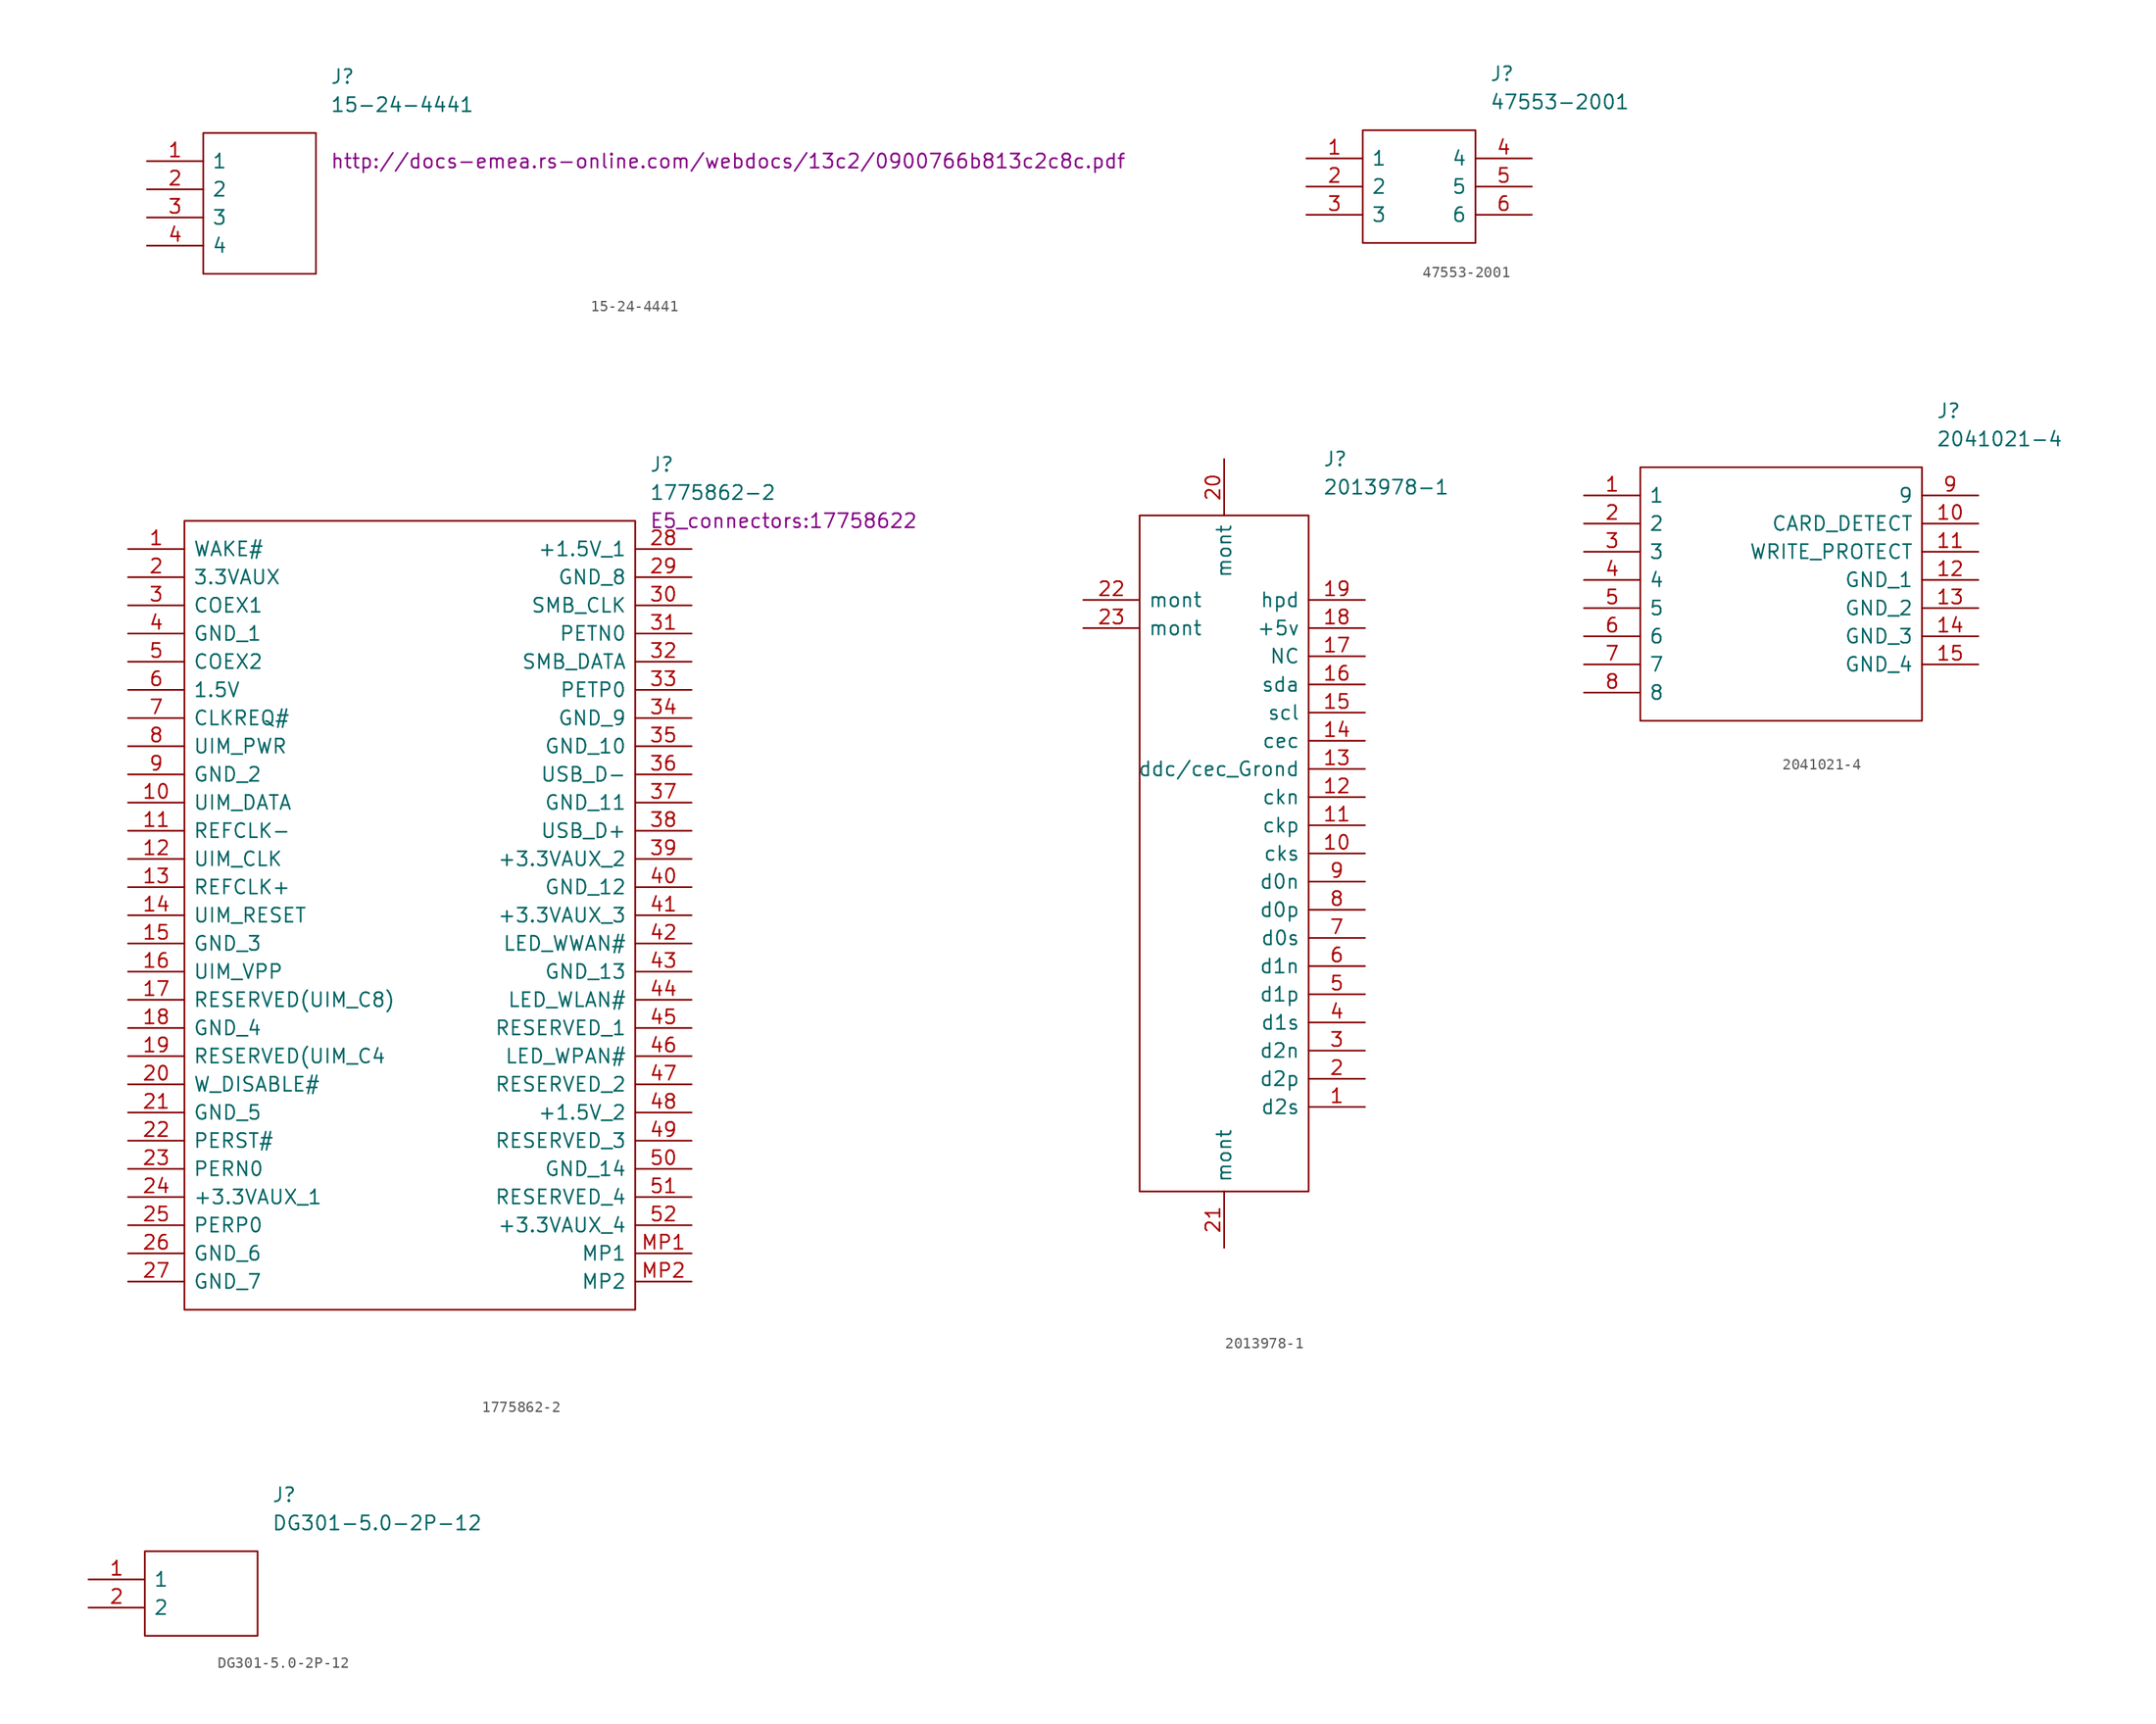
<source format=kicad_sym>
(kicad_symbol_lib
  (version 20211014)
  (generator kicad_symbol_editor)
  (symbol "15-24-4441"
    (pin_names
      (offset 0.762))
    (property "Reference" "J"
      (at 16.51 7.62 0)
      (effects (font (size 1.27 1.27)) (justify left)))
    (property "Value" "15-24-4441"
      (at 16.51 5.08 0)
      (effects (font (size 1.27 1.27)) (justify left)))
    (property "Datasheet" "http://docs-emea.rs-online.com/webdocs/13c2/0900766b813c2c8c.pdf"
      (at 16.51 0 0)
      (effects (font (size 1.27 1.27)) (justify left)))
    (symbol "15-24-4441_0_0"
      (pin passive line (at 0 0 0) (length 5.08) (name "1" (effects (font (size 1.27 1.27)))) (number "1" (effects (font (size 1.27 1.27)))))
      (pin passive line (at 0 -2.54 0) (length 5.08) (name "2" (effects (font (size 1.27 1.27)))) (number "2" (effects (font (size 1.27 1.27)))))
      (pin passive line (at 0 -5.08 0) (length 5.08) (name "3" (effects (font (size 1.27 1.27)))) (number "3" (effects (font (size 1.27 1.27)))))
      (pin passive line (at 0 -7.62 0) (length 5.08) (name "4" (effects (font (size 1.27 1.27)))) (number "4" (effects (font (size 1.27 1.27))))))
    (symbol "15-24-4441_0_1"
      (polyline (pts (xy 5.08 2.54) (xy 15.24 2.54) (xy 15.24 -10.16) (xy 5.08 -10.16) (xy 5.08 2.54)) (stroke (width 0.152) (type default) (color 0 0 0 0)) (fill (type none)))))
  (symbol "47553-2001"
    (pin_names
      (offset 0.762))
    (property "Reference" "J"
      (at 16.51 7.62 0)
      (effects (font (size 1.27 1.27)) (justify left)))
    (property "Value" "47553-2001"
      (at 16.51 5.08 0)
      (effects (font (size 1.27 1.27)) (justify left)))
    (symbol "47553-2001_0_0"
      (pin unspecified line (at 0 0 0) (length 5.08) (name "1" (effects (font (size 1.27 1.27)))) (number "1" (effects (font (size 1.27 1.27)))))
      (pin unspecified line (at 0 -2.54 0) (length 5.08) (name "2" (effects (font (size 1.27 1.27)))) (number "2" (effects (font (size 1.27 1.27)))))
      (pin unspecified line (at 0 -5.08 0) (length 5.08) (name "3" (effects (font (size 1.27 1.27)))) (number "3" (effects (font (size 1.27 1.27)))))
      (pin unspecified line (at 20.32 0 180) (length 5.08) (name "4" (effects (font (size 1.27 1.27)))) (number "4" (effects (font (size 1.27 1.27)))))
      (pin unspecified line (at 20.32 -2.54 180) (length 5.08) (name "5" (effects (font (size 1.27 1.27)))) (number "5" (effects (font (size 1.27 1.27)))))
      (pin unspecified line (at 20.32 -5.08 180) (length 5.08) (name "6" (effects (font (size 1.27 1.27)))) (number "6" (effects (font (size 1.27 1.27))))))
    (symbol "47553-2001_0_1"
      (polyline (pts (xy 5.08 2.54) (xy 15.24 2.54) (xy 15.24 -7.62) (xy 5.08 -7.62) (xy 5.08 2.54)) (stroke (width 0.152) (type default) (color 0 0 0 0)) (fill (type none)))))
  (symbol "1775862-2"
    (pin_names
      (offset 0.762))
    (property "Reference" "J"
      (at 46.99 7.62 0)
      (effects (font (size 1.27 1.27)) (justify left)))
    (property "Value" "1775862-2"
      (at 46.99 5.08 0)
      (effects (font (size 1.27 1.27)) (justify left)))
    (property "Footprint" "E5_connectors:17758622"
      (at 46.99 2.54 0)
      (effects (font (size 1.27 1.27)) (justify left)))
    (symbol "1775862-2_0_0"
      (pin unspecified line (at 0 0 0) (length 5.08) (name "WAKE#" (effects (font (size 1.27 1.27)))) (number "1" (effects (font (size 1.27 1.27)))))
      (pin unspecified line (at 0 -22.86 0) (length 5.08) (name "UIM_DATA" (effects (font (size 1.27 1.27)))) (number "10" (effects (font (size 1.27 1.27)))))
      (pin unspecified line (at 0 -25.4 0) (length 5.08) (name "REFCLK-" (effects (font (size 1.27 1.27)))) (number "11" (effects (font (size 1.27 1.27)))))
      (pin unspecified line (at 0 -27.94 0) (length 5.08) (name "UIM_CLK" (effects (font (size 1.27 1.27)))) (number "12" (effects (font (size 1.27 1.27)))))
      (pin unspecified line (at 0 -30.48 0) (length 5.08) (name "REFCLK+" (effects (font (size 1.27 1.27)))) (number "13" (effects (font (size 1.27 1.27)))))
      (pin unspecified line (at 0 -33.02 0) (length 5.08) (name "UIM_RESET" (effects (font (size 1.27 1.27)))) (number "14" (effects (font (size 1.27 1.27)))))
      (pin unspecified line (at 0 -35.56 0) (length 5.08) (name "GND_3" (effects (font (size 1.27 1.27)))) (number "15" (effects (font (size 1.27 1.27)))))
      (pin unspecified line (at 0 -38.1 0) (length 5.08) (name "UIM_VPP" (effects (font (size 1.27 1.27)))) (number "16" (effects (font (size 1.27 1.27)))))
      (pin unspecified line (at 0 -40.64 0) (length 5.08) (name "RESERVED(UIM_C8)" (effects (font (size 1.27 1.27)))) (number "17" (effects (font (size 1.27 1.27)))))
      (pin unspecified line (at 0 -43.18 0) (length 5.08) (name "GND_4" (effects (font (size 1.27 1.27)))) (number "18" (effects (font (size 1.27 1.27)))))
      (pin unspecified line (at 0 -45.72 0) (length 5.08) (name "RESERVED(UIM_C4" (effects (font (size 1.27 1.27)))) (number "19" (effects (font (size 1.27 1.27)))))
      (pin unspecified line (at 0 -2.54 0) (length 5.08) (name "3.3VAUX" (effects (font (size 1.27 1.27)))) (number "2" (effects (font (size 1.27 1.27)))))
      (pin unspecified line (at 0 -48.26 0) (length 5.08) (name "W_DISABLE#" (effects (font (size 1.27 1.27)))) (number "20" (effects (font (size 1.27 1.27)))))
      (pin unspecified line (at 0 -50.8 0) (length 5.08) (name "GND_5" (effects (font (size 1.27 1.27)))) (number "21" (effects (font (size 1.27 1.27)))))
      (pin unspecified line (at 0 -53.34 0) (length 5.08) (name "PERST#" (effects (font (size 1.27 1.27)))) (number "22" (effects (font (size 1.27 1.27)))))
      (pin unspecified line (at 0 -55.88 0) (length 5.08) (name "PERN0" (effects (font (size 1.27 1.27)))) (number "23" (effects (font (size 1.27 1.27)))))
      (pin unspecified line (at 0 -58.42 0) (length 5.08) (name "+3.3VAUX_1" (effects (font (size 1.27 1.27)))) (number "24" (effects (font (size 1.27 1.27)))))
      (pin unspecified line (at 0 -60.96 0) (length 5.08) (name "PERP0" (effects (font (size 1.27 1.27)))) (number "25" (effects (font (size 1.27 1.27)))))
      (pin unspecified line (at 0 -63.5 0) (length 5.08) (name "GND_6" (effects (font (size 1.27 1.27)))) (number "26" (effects (font (size 1.27 1.27)))))
      (pin unspecified line (at 0 -66.04 0) (length 5.08) (name "GND_7" (effects (font (size 1.27 1.27)))) (number "27" (effects (font (size 1.27 1.27)))))
      (pin unspecified line (at 50.8 0 180) (length 5.08) (name "+1.5V_1" (effects (font (size 1.27 1.27)))) (number "28" (effects (font (size 1.27 1.27)))))
      (pin unspecified line (at 50.8 -2.54 180) (length 5.08) (name "GND_8" (effects (font (size 1.27 1.27)))) (number "29" (effects (font (size 1.27 1.27)))))
      (pin unspecified line (at 0 -5.08 0) (length 5.08) (name "COEX1" (effects (font (size 1.27 1.27)))) (number "3" (effects (font (size 1.27 1.27)))))
      (pin unspecified line (at 50.8 -5.08 180) (length 5.08) (name "SMB_CLK" (effects (font (size 1.27 1.27)))) (number "30" (effects (font (size 1.27 1.27)))))
      (pin unspecified line (at 50.8 -7.62 180) (length 5.08) (name "PETN0" (effects (font (size 1.27 1.27)))) (number "31" (effects (font (size 1.27 1.27)))))
      (pin unspecified line (at 50.8 -10.16 180) (length 5.08) (name "SMB_DATA" (effects (font (size 1.27 1.27)))) (number "32" (effects (font (size 1.27 1.27)))))
      (pin unspecified line (at 50.8 -12.7 180) (length 5.08) (name "PETP0" (effects (font (size 1.27 1.27)))) (number "33" (effects (font (size 1.27 1.27)))))
      (pin unspecified line (at 50.8 -15.24 180) (length 5.08) (name "GND_9" (effects (font (size 1.27 1.27)))) (number "34" (effects (font (size 1.27 1.27)))))
      (pin unspecified line (at 50.8 -17.78 180) (length 5.08) (name "GND_10" (effects (font (size 1.27 1.27)))) (number "35" (effects (font (size 1.27 1.27)))))
      (pin unspecified line (at 50.8 -20.32 180) (length 5.08) (name "USB_D-" (effects (font (size 1.27 1.27)))) (number "36" (effects (font (size 1.27 1.27)))))
      (pin unspecified line (at 50.8 -22.86 180) (length 5.08) (name "GND_11" (effects (font (size 1.27 1.27)))) (number "37" (effects (font (size 1.27 1.27)))))
      (pin unspecified line (at 50.8 -25.4 180) (length 5.08) (name "USB_D+" (effects (font (size 1.27 1.27)))) (number "38" (effects (font (size 1.27 1.27)))))
      (pin unspecified line (at 50.8 -27.94 180) (length 5.08) (name "+3.3VAUX_2" (effects (font (size 1.27 1.27)))) (number "39" (effects (font (size 1.27 1.27)))))
      (pin unspecified line (at 0 -7.62 0) (length 5.08) (name "GND_1" (effects (font (size 1.27 1.27)))) (number "4" (effects (font (size 1.27 1.27)))))
      (pin unspecified line (at 50.8 -30.48 180) (length 5.08) (name "GND_12" (effects (font (size 1.27 1.27)))) (number "40" (effects (font (size 1.27 1.27)))))
      (pin unspecified line (at 50.8 -33.02 180) (length 5.08) (name "+3.3VAUX_3" (effects (font (size 1.27 1.27)))) (number "41" (effects (font (size 1.27 1.27)))))
      (pin unspecified line (at 50.8 -35.56 180) (length 5.08) (name "LED_WWAN#" (effects (font (size 1.27 1.27)))) (number "42" (effects (font (size 1.27 1.27)))))
      (pin unspecified line (at 50.8 -38.1 180) (length 5.08) (name "GND_13" (effects (font (size 1.27 1.27)))) (number "43" (effects (font (size 1.27 1.27)))))
      (pin unspecified line (at 50.8 -40.64 180) (length 5.08) (name "LED_WLAN#" (effects (font (size 1.27 1.27)))) (number "44" (effects (font (size 1.27 1.27)))))
      (pin unspecified line (at 50.8 -43.18 180) (length 5.08) (name "RESERVED_1" (effects (font (size 1.27 1.27)))) (number "45" (effects (font (size 1.27 1.27)))))
      (pin unspecified line (at 50.8 -45.72 180) (length 5.08) (name "LED_WPAN#" (effects (font (size 1.27 1.27)))) (number "46" (effects (font (size 1.27 1.27)))))
      (pin unspecified line (at 50.8 -48.26 180) (length 5.08) (name "RESERVED_2" (effects (font (size 1.27 1.27)))) (number "47" (effects (font (size 1.27 1.27)))))
      (pin unspecified line (at 50.8 -50.8 180) (length 5.08) (name "+1.5V_2" (effects (font (size 1.27 1.27)))) (number "48" (effects (font (size 1.27 1.27)))))
      (pin unspecified line (at 50.8 -53.34 180) (length 5.08) (name "RESERVED_3" (effects (font (size 1.27 1.27)))) (number "49" (effects (font (size 1.27 1.27)))))
      (pin unspecified line (at 0 -10.16 0) (length 5.08) (name "COEX2" (effects (font (size 1.27 1.27)))) (number "5" (effects (font (size 1.27 1.27)))))
      (pin unspecified line (at 50.8 -55.88 180) (length 5.08) (name "GND_14" (effects (font (size 1.27 1.27)))) (number "50" (effects (font (size 1.27 1.27)))))
      (pin unspecified line (at 50.8 -58.42 180) (length 5.08) (name "RESERVED_4" (effects (font (size 1.27 1.27)))) (number "51" (effects (font (size 1.27 1.27)))))
      (pin unspecified line (at 50.8 -60.96 180) (length 5.08) (name "+3.3VAUX_4" (effects (font (size 1.27 1.27)))) (number "52" (effects (font (size 1.27 1.27)))))
      (pin unspecified line (at 0 -12.7 0) (length 5.08) (name "1.5V" (effects (font (size 1.27 1.27)))) (number "6" (effects (font (size 1.27 1.27)))))
      (pin unspecified line (at 0 -15.24 0) (length 5.08) (name "CLKREQ#" (effects (font (size 1.27 1.27)))) (number "7" (effects (font (size 1.27 1.27)))))
      (pin unspecified line (at 0 -17.78 0) (length 5.08) (name "UIM_PWR" (effects (font (size 1.27 1.27)))) (number "8" (effects (font (size 1.27 1.27)))))
      (pin unspecified line (at 0 -20.32 0) (length 5.08) (name "GND_2" (effects (font (size 1.27 1.27)))) (number "9" (effects (font (size 1.27 1.27)))))
      (pin unspecified line (at 50.8 -63.5 180) (length 5.08) (name "MP1" (effects (font (size 1.27 1.27)))) (number "MP1" (effects (font (size 1.27 1.27)))))
      (pin unspecified line (at 50.8 -66.04 180) (length 5.08) (name "MP2" (effects (font (size 1.27 1.27)))) (number "MP2" (effects (font (size 1.27 1.27))))))
    (symbol "1775862-2_0_1"
      (polyline (pts (xy 5.08 2.54) (xy 45.72 2.54) (xy 45.72 -68.58) (xy 5.08 -68.58) (xy 5.08 2.54)) (stroke (width 0.152) (type default) (color 0 0 0 0)) (fill (type none)))))
  (symbol "2013978-1"
    (pin_names
      (offset 0.762))
    (property "Reference" "J"
      (at 21.59 12.7 0)
      (effects (font (size 1.27 1.27)) (justify left)))
    (property "Value" "2013978-1"
      (at 21.59 10.16 0)
      (effects (font (size 1.27 1.27)) (justify left)))
    (symbol "2013978-1_0_0"
      (pin passive line (at 25.4 -45.72 180) (length 5.08) (name "d2s" (effects (font (size 1.27 1.27)))) (number "1" (effects (font (size 1.27 1.27)))))
      (pin passive line (at 25.4 -22.86 180) (length 5.08) (name "cks" (effects (font (size 1.27 1.27)))) (number "10" (effects (font (size 1.27 1.27)))))
      (pin passive line (at 25.4 -20.32 180) (length 5.08) (name "ckp" (effects (font (size 1.27 1.27)))) (number "11" (effects (font (size 1.27 1.27)))))
      (pin passive line (at 25.4 -17.78 180) (length 5.08) (name "ckn" (effects (font (size 1.27 1.27)))) (number "12" (effects (font (size 1.27 1.27)))))
      (pin passive line (at 25.4 -15.24 180) (length 5.08) (name "ddc/cec_Grond" (effects (font (size 1.27 1.27)))) (number "13" (effects (font (size 1.27 1.27)))))
      (pin passive line (at 25.4 -12.7 180) (length 5.08) (name "cec" (effects (font (size 1.27 1.27)))) (number "14" (effects (font (size 1.27 1.27)))))
      (pin passive line (at 25.4 -10.16 180) (length 5.08) (name "scl" (effects (font (size 1.27 1.27)))) (number "15" (effects (font (size 1.27 1.27)))))
      (pin passive line (at 25.4 -7.62 180) (length 5.08) (name "sda" (effects (font (size 1.27 1.27)))) (number "16" (effects (font (size 1.27 1.27)))))
      (pin passive line (at 25.4 -5.08 180) (length 5.08) (name "NC" (effects (font (size 1.27 1.27)))) (number "17" (effects (font (size 1.27 1.27)))))
      (pin passive line (at 25.4 -2.54 180) (length 5.08) (name "+5v" (effects (font (size 1.27 1.27)))) (number "18" (effects (font (size 1.27 1.27)))))
      (pin passive line (at 25.4 0 180) (length 5.08) (name "hpd" (effects (font (size 1.27 1.27)))) (number "19" (effects (font (size 1.27 1.27)))))
      (pin passive line (at 25.4 -43.18 180) (length 5.08) (name "d2p" (effects (font (size 1.27 1.27)))) (number "2" (effects (font (size 1.27 1.27)))))
      (pin passive line (at 12.7 12.7 270) (length 5.08) (name "mont" (effects (font (size 1.27 1.27)))) (number "20" (effects (font (size 1.27 1.27)))))
      (pin passive line (at 12.7 -58.42 90) (length 5.08) (name "mont" (effects (font (size 1.27 1.27)))) (number "21" (effects (font (size 1.27 1.27)))))
      (pin passive line (at 0 0 0) (length 5.08) (name "mont" (effects (font (size 1.27 1.27)))) (number "22" (effects (font (size 1.27 1.27)))))
      (pin passive line (at 0 -2.54 0) (length 5.08) (name "mont" (effects (font (size 1.27 1.27)))) (number "23" (effects (font (size 1.27 1.27)))))
      (pin passive line (at 25.4 -40.64 180) (length 5.08) (name "d2n" (effects (font (size 1.27 1.27)))) (number "3" (effects (font (size 1.27 1.27)))))
      (pin passive line (at 25.4 -38.1 180) (length 5.08) (name "d1s" (effects (font (size 1.27 1.27)))) (number "4" (effects (font (size 1.27 1.27)))))
      (pin passive line (at 25.4 -35.56 180) (length 5.08) (name "d1p" (effects (font (size 1.27 1.27)))) (number "5" (effects (font (size 1.27 1.27)))))
      (pin passive line (at 25.4 -33.02 180) (length 5.08) (name "d1n" (effects (font (size 1.27 1.27)))) (number "6" (effects (font (size 1.27 1.27)))))
      (pin passive line (at 25.4 -30.48 180) (length 5.08) (name "d0s" (effects (font (size 1.27 1.27)))) (number "7" (effects (font (size 1.27 1.27)))))
      (pin passive line (at 25.4 -27.94 180) (length 5.08) (name "d0p" (effects (font (size 1.27 1.27)))) (number "8" (effects (font (size 1.27 1.27)))))
      (pin passive line (at 25.4 -25.4 180) (length 5.08) (name "d0n" (effects (font (size 1.27 1.27)))) (number "9" (effects (font (size 1.27 1.27))))))
    (symbol "2013978-1_0_1"
      (polyline (pts (xy 5.08 7.62) (xy 20.32 7.62) (xy 20.32 -53.34) (xy 5.08 -53.34) (xy 5.08 7.62)) (stroke (width 0.152) (type default) (color 0 0 0 0)) (fill (type none)))))
  (symbol "2041021-4"
    (pin_names
      (offset 0.762))
    (property "Reference" "J"
      (at 31.75 7.62 0)
      (effects (font (size 1.27 1.27)) (justify left)))
    (property "Value" "2041021-4"
      (at 31.75 5.08 0)
      (effects (font (size 1.27 1.27)) (justify left)))
    (symbol "2041021-4_0_0"
      (pin unspecified line (at 0 0 0) (length 5.08) (name "1" (effects (font (size 1.27 1.27)))) (number "1" (effects (font (size 1.27 1.27)))))
      (pin unspecified line (at 35.56 -2.54 180) (length 5.08) (name "CARD_DETECT" (effects (font (size 1.27 1.27)))) (number "10" (effects (font (size 1.27 1.27)))))
      (pin unspecified line (at 35.56 -5.08 180) (length 5.08) (name "WRITE_PROTECT" (effects (font (size 1.27 1.27)))) (number "11" (effects (font (size 1.27 1.27)))))
      (pin unspecified line (at 35.56 -7.62 180) (length 5.08) (name "GND_1" (effects (font (size 1.27 1.27)))) (number "12" (effects (font (size 1.27 1.27)))))
      (pin unspecified line (at 35.56 -10.16 180) (length 5.08) (name "GND_2" (effects (font (size 1.27 1.27)))) (number "13" (effects (font (size 1.27 1.27)))))
      (pin unspecified line (at 35.56 -12.7 180) (length 5.08) (name "GND_3" (effects (font (size 1.27 1.27)))) (number "14" (effects (font (size 1.27 1.27)))))
      (pin unspecified line (at 35.56 -15.24 180) (length 5.08) (name "GND_4" (effects (font (size 1.27 1.27)))) (number "15" (effects (font (size 1.27 1.27)))))
      (pin unspecified line (at 0 -2.54 0) (length 5.08) (name "2" (effects (font (size 1.27 1.27)))) (number "2" (effects (font (size 1.27 1.27)))))
      (pin unspecified line (at 0 -5.08 0) (length 5.08) (name "3" (effects (font (size 1.27 1.27)))) (number "3" (effects (font (size 1.27 1.27)))))
      (pin unspecified line (at 0 -7.62 0) (length 5.08) (name "4" (effects (font (size 1.27 1.27)))) (number "4" (effects (font (size 1.27 1.27)))))
      (pin unspecified line (at 0 -10.16 0) (length 5.08) (name "5" (effects (font (size 1.27 1.27)))) (number "5" (effects (font (size 1.27 1.27)))))
      (pin unspecified line (at 0 -12.7 0) (length 5.08) (name "6" (effects (font (size 1.27 1.27)))) (number "6" (effects (font (size 1.27 1.27)))))
      (pin unspecified line (at 0 -15.24 0) (length 5.08) (name "7" (effects (font (size 1.27 1.27)))) (number "7" (effects (font (size 1.27 1.27)))))
      (pin unspecified line (at 0 -17.78 0) (length 5.08) (name "8" (effects (font (size 1.27 1.27)))) (number "8" (effects (font (size 1.27 1.27)))))
      (pin unspecified line (at 35.56 0 180) (length 5.08) (name "9" (effects (font (size 1.27 1.27)))) (number "9" (effects (font (size 1.27 1.27))))))
    (symbol "2041021-4_0_1"
      (polyline (pts (xy 5.08 2.54) (xy 30.48 2.54) (xy 30.48 -20.32) (xy 5.08 -20.32) (xy 5.08 2.54)) (stroke (width 0.152) (type default) (color 0 0 0 0)) (fill (type none)))))
  (symbol "DG301-5.0-2P-12"
    (pin_names
      (offset 0.762))
    (property "Reference" "J"
      (at 16.51 7.62 0)
      (effects (font (size 1.27 1.27)) (justify left)))
    (property "Value" "DG301-5.0-2P-12"
      (at 16.51 5.08 0)
      (effects (font (size 1.27 1.27)) (justify left)))
    (symbol "DG301-5.0-2P-12_0_0"
      (pin unspecified line (at 0 0 0) (length 5.08) (name "1" (effects (font (size 1.27 1.27)))) (number "1" (effects (font (size 1.27 1.27)))))
      (pin unspecified line (at 0 -2.54 0) (length 5.08) (name "2" (effects (font (size 1.27 1.27)))) (number "2" (effects (font (size 1.27 1.27))))))
    (symbol "DG301-5.0-2P-12_0_1"
      (polyline (pts (xy 5.08 2.54) (xy 15.24 2.54) (xy 15.24 -5.08) (xy 5.08 -5.08) (xy 5.08 2.54)) (stroke (width 0.152) (type default) (color 0 0 0 0)) (fill (type none))))))
</source>
